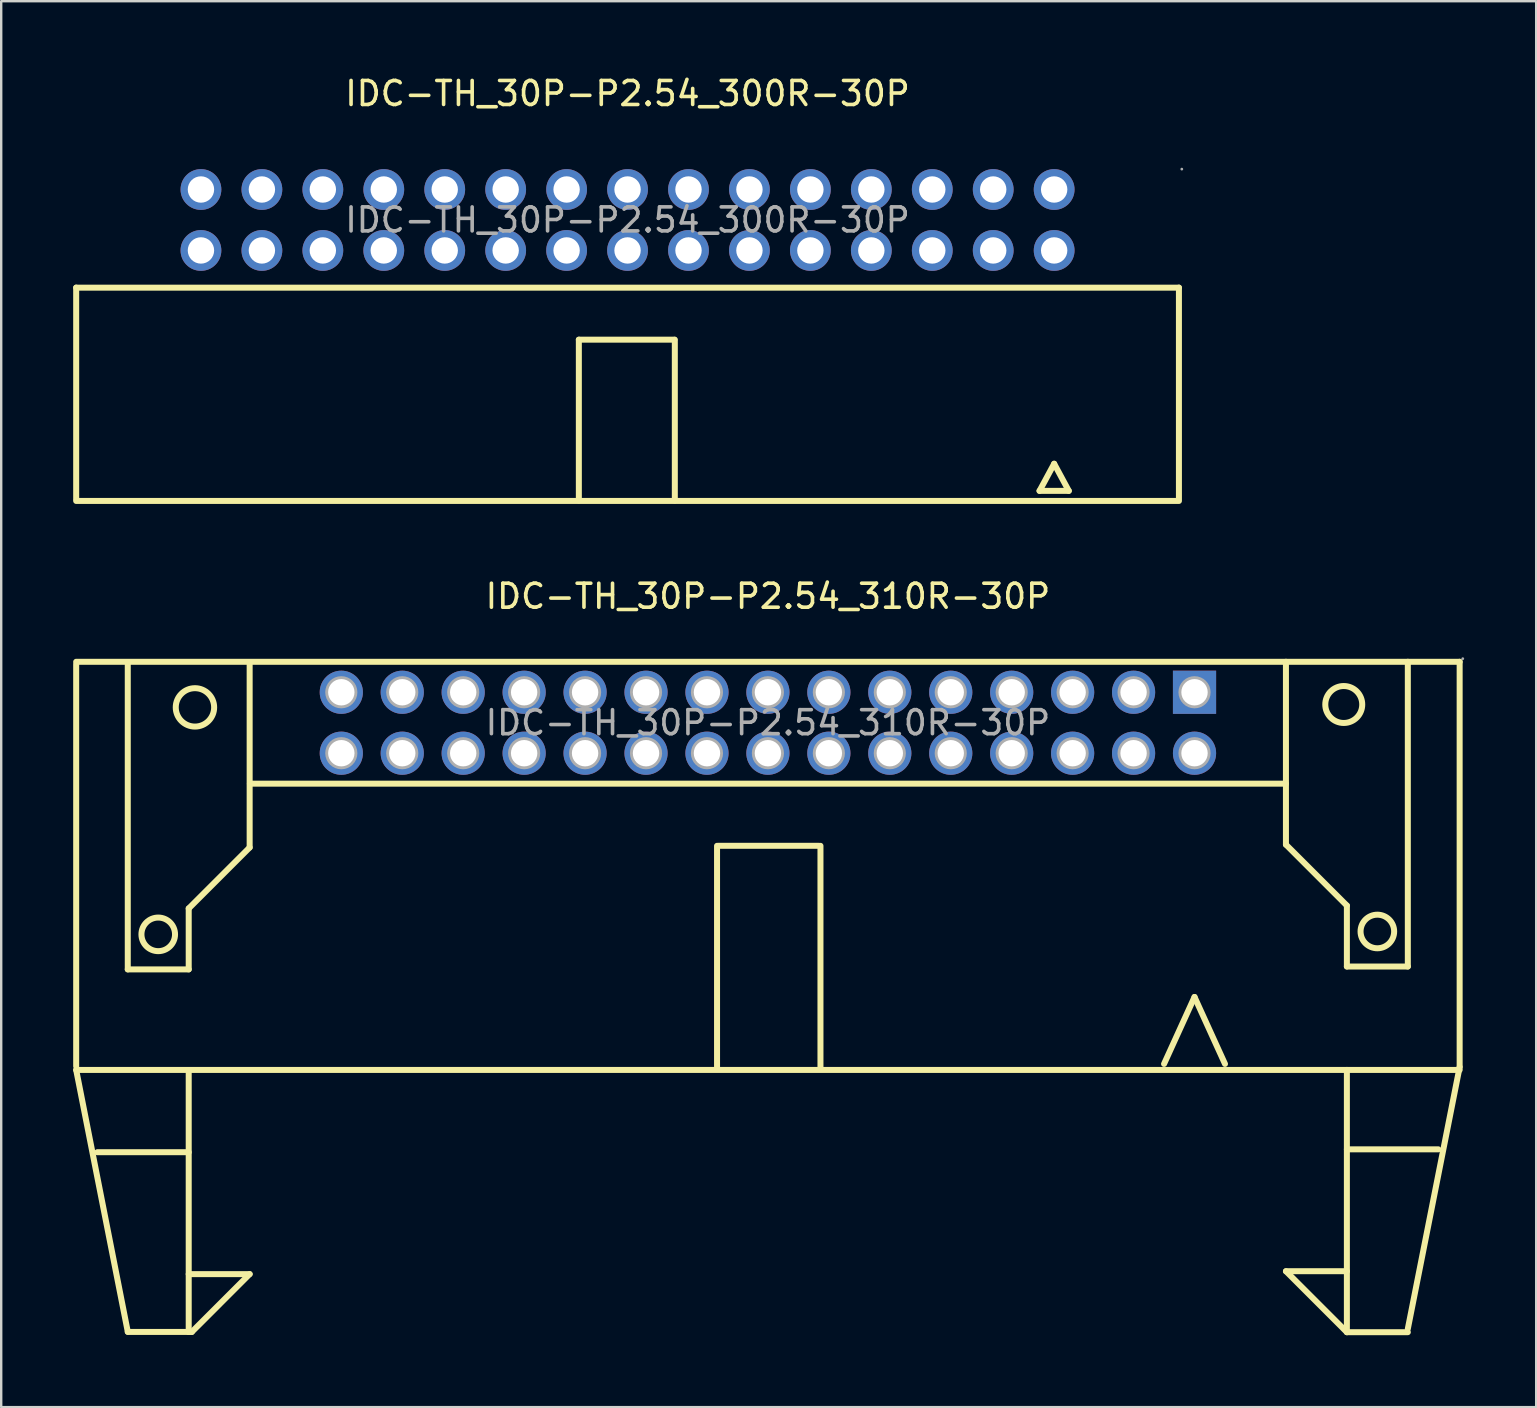
<source format=kicad_pcb>
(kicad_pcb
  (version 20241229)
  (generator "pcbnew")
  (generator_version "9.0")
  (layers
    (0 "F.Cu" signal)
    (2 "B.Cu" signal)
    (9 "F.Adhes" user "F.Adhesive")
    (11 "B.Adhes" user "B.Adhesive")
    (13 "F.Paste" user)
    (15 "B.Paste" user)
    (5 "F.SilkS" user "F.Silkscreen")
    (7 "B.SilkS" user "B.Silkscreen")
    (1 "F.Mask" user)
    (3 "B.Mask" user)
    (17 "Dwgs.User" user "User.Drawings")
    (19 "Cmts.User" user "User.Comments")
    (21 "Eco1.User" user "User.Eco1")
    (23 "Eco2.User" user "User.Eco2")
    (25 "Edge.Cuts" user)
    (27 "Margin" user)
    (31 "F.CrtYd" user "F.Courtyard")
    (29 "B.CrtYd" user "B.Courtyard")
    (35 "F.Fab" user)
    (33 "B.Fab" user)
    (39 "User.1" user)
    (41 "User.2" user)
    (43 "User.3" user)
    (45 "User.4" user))
  (footprint "IDC-TH_30P-P2.54_310R-30P"
    (layer "F.Cu")
    (at 28.955 27.072)
    (property "Reference" "IDC-TH_30P-P2.54_310R-30P" (at 0 -5.27 0) (layer "F.SilkS") (effects (font (size 1 1) (thickness 0.15))))
    (attr through_hole)
    (fp_line (start -28.83 14.32) (end -28.83 -2.44) (stroke (width 0.25) (type solid)) (layer "F.SilkS"))
    (fp_line (start -28.83 14.47) (end -26.68 25.38) (stroke (width 0.25) (type solid)) (layer "F.SilkS"))
    (fp_line (start -28.83 14.47) (end 28.83 14.47) (stroke (width 0.25) (type solid)) (layer "F.SilkS"))
    (fp_line (start -26.68 -2.42) (end -26.68 10.28) (stroke (width 0.25) (type solid)) (layer "F.SilkS"))
    (fp_line (start -26.68 10.28) (end -24.14 10.28) (stroke (width 0.25) (type solid)) (layer "F.SilkS"))
    (fp_line (start -26.68 25.39) (end -24.14 25.39) (stroke (width 0.25) (type solid)) (layer "F.SilkS"))
    (fp_line (start -24.14 7.74) (end -21.6 5.2) (stroke (width 0.25) (type solid)) (layer "F.SilkS"))
    (fp_line (start -24.14 10.28) (end -24.14 7.74) (stroke (width 0.25) (type solid)) (layer "F.SilkS"))
    (fp_line (start -24.14 17.9) (end -27.95 17.9) (stroke (width 0.25) (type solid)) (layer "F.SilkS"))
    (fp_line (start -24.14 25.39) (end -24.14 14.6) (stroke (width 0.25) (type solid)) (layer "F.SilkS"))
    (fp_line (start -24.14 25.39) (end -24.01 25.39) (stroke (width 0.25) (type solid)) (layer "F.SilkS"))
    (fp_line (start -24.01 25.39) (end -21.6 22.98) (stroke (width 0.25) (type solid)) (layer "F.SilkS"))
    (fp_line (start -21.6 5.2) (end -21.6 -2.42) (stroke (width 0.25) (type solid)) (layer "F.SilkS"))
    (fp_line (start -21.6 22.98) (end -24.14 22.98) (stroke (width 0.25) (type solid)) (layer "F.SilkS"))
    (fp_line (start -2.12 5.13) (end -2.12 14.4) (stroke (width 0.25) (type solid)) (layer "F.SilkS"))
    (fp_line (start 2.13 5.13) (end -2.07 5.13) (stroke (width 0.25) (type solid)) (layer "F.SilkS"))
    (fp_line (start 2.19 5.13) (end 2.19 14.4) (stroke (width 0.25) (type solid)) (layer "F.SilkS"))
    (fp_line (start 16.51 14.22) (end 17.78 11.43) (stroke (width 0.25) (type solid)) (layer "F.SilkS"))
    (fp_line (start 19.05 14.22) (end 17.78 11.43) (stroke (width 0.25) (type solid)) (layer "F.SilkS"))
    (fp_line (start 21.59 2.54) (end -21.59 2.54) (stroke (width 0.25) (type solid)) (layer "F.SilkS"))
    (fp_line (start 21.59 5.08) (end 21.59 -2.54) (stroke (width 0.25) (type solid)) (layer "F.SilkS"))
    (fp_line (start 21.59 22.86) (end 24.13 22.86) (stroke (width 0.25) (type solid)) (layer "F.SilkS"))
    (fp_line (start 24.13 7.62) (end 21.59 5.08) (stroke (width 0.25) (type solid)) (layer "F.SilkS"))
    (fp_line (start 24.13 10.16) (end 24.13 7.62) (stroke (width 0.25) (type solid)) (layer "F.SilkS"))
    (fp_line (start 24.13 25.4) (end 21.59 22.86) (stroke (width 0.25) (type solid)) (layer "F.SilkS"))
    (fp_line (start 24.13 25.4) (end 24.13 14.47) (stroke (width 0.25) (type solid)) (layer "F.SilkS"))
    (fp_line (start 26.67 -2.54) (end 26.67 10.16) (stroke (width 0.25) (type solid)) (layer "F.SilkS"))
    (fp_line (start 26.67 10.16) (end 24.13 10.16) (stroke (width 0.25) (type solid)) (layer "F.SilkS"))
    (fp_line (start 26.67 25.4) (end 24.13 25.4) (stroke (width 0.25) (type solid)) (layer "F.SilkS"))
    (fp_line (start 27.94 17.78) (end 24.13 17.78) (stroke (width 0.25) (type solid)) (layer "F.SilkS"))
    (fp_line (start 28.83 -2.54) (end -28.83 -2.54) (stroke (width 0.25) (type solid)) (layer "F.SilkS"))
    (fp_line (start 28.83 14.35) (end 26.67 25.26) (stroke (width 0.25) (type solid)) (layer "F.SilkS"))
    (fp_line (start 28.83 14.35) (end 28.83 -2.54) (stroke (width 0.25) (type solid)) (layer "F.SilkS"))
    (fp_circle (center -25.41 8.82) (end -24.71 8.82) (stroke (width 0.25) (type solid)) (fill no) (layer "F.SilkS"))
    (fp_circle (center -23.88 -0.64) (end -23.08 -0.64) (stroke (width 0.25) (type solid)) (fill no) (layer "F.SilkS"))
    (fp_circle (center 24 -0.76) (end 24.77 -0.76) (stroke (width 0.25) (type solid)) (fill no) (layer "F.SilkS"))
    (fp_circle (center 25.4 8.7) (end 26.1 8.7) (stroke (width 0.25) (type solid)) (fill no) (layer "F.SilkS"))
    (fp_circle (center -17.78 -1.27) (end -17.56 -1.27) (stroke (width 0.45) (type solid)) (fill no) (layer "F.Fab"))
    (fp_circle (center -17.78 1.27) (end -17.56 1.27) (stroke (width 0.45) (type solid)) (fill no) (layer "F.Fab"))
    (fp_circle (center -15.24 -1.27) (end -15.02 -1.27) (stroke (width 0.45) (type solid)) (fill no) (layer "F.Fab"))
    (fp_circle (center -15.24 1.27) (end -15.02 1.27) (stroke (width 0.45) (type solid)) (fill no) (layer "F.Fab"))
    (fp_circle (center -12.7 -1.27) (end -12.48 -1.27) (stroke (width 0.45) (type solid)) (fill no) (layer "F.Fab"))
    (fp_circle (center -12.7 1.27) (end -12.48 1.27) (stroke (width 0.45) (type solid)) (fill no) (layer "F.Fab"))
    (fp_circle (center -10.16 -1.27) (end -9.94 -1.27) (stroke (width 0.45) (type solid)) (fill no) (layer "F.Fab"))
    (fp_circle (center -10.16 1.27) (end -9.94 1.27) (stroke (width 0.45) (type solid)) (fill no) (layer "F.Fab"))
    (fp_circle (center -7.62 -1.27) (end -7.4 -1.27) (stroke (width 0.45) (type solid)) (fill no) (layer "F.Fab"))
    (fp_circle (center -7.62 1.27) (end -7.4 1.27) (stroke (width 0.45) (type solid)) (fill no) (layer "F.Fab"))
    (fp_circle (center -5.08 -1.27) (end -4.86 -1.27) (stroke (width 0.45) (type solid)) (fill no) (layer "F.Fab"))
    (fp_circle (center -5.08 1.27) (end -4.86 1.27) (stroke (width 0.45) (type solid)) (fill no) (layer "F.Fab"))
    (fp_circle (center -2.54 -1.27) (end -2.32 -1.27) (stroke (width 0.45) (type solid)) (fill no) (layer "F.Fab"))
    (fp_circle (center -2.54 1.27) (end -2.32 1.27) (stroke (width 0.45) (type solid)) (fill no) (layer "F.Fab"))
    (fp_circle (center 0 -1.27) (end 0.22 -1.27) (stroke (width 0.45) (type solid)) (fill no) (layer "F.Fab"))
    (fp_circle (center 0 1.27) (end 0.22 1.27) (stroke (width 0.45) (type solid)) (fill no) (layer "F.Fab"))
    (fp_circle (center 2.54 -1.27) (end 2.76 -1.27) (stroke (width 0.45) (type solid)) (fill no) (layer "F.Fab"))
    (fp_circle (center 2.54 1.27) (end 2.76 1.27) (stroke (width 0.45) (type solid)) (fill no) (layer "F.Fab"))
    (fp_circle (center 5.08 -1.27) (end 5.3 -1.27) (stroke (width 0.45) (type solid)) (fill no) (layer "F.Fab"))
    (fp_circle (center 5.08 1.27) (end 5.3 1.27) (stroke (width 0.45) (type solid)) (fill no) (layer "F.Fab"))
    (fp_circle (center 7.62 -1.27) (end 7.84 -1.27) (stroke (width 0.45) (type solid)) (fill no) (layer "F.Fab"))
    (fp_circle (center 7.62 1.27) (end 7.84 1.27) (stroke (width 0.45) (type solid)) (fill no) (layer "F.Fab"))
    (fp_circle (center 10.16 -1.27) (end 10.38 -1.27) (stroke (width 0.45) (type solid)) (fill no) (layer "F.Fab"))
    (fp_circle (center 10.16 1.27) (end 10.38 1.27) (stroke (width 0.45) (type solid)) (fill no) (layer "F.Fab"))
    (fp_circle (center 12.7 -1.27) (end 12.92 -1.27) (stroke (width 0.45) (type solid)) (fill no) (layer "F.Fab"))
    (fp_circle (center 12.7 1.27) (end 12.92 1.27) (stroke (width 0.45) (type solid)) (fill no) (layer "F.Fab"))
    (fp_circle (center 15.24 -1.27) (end 15.46 -1.27) (stroke (width 0.45) (type solid)) (fill no) (layer "F.Fab"))
    (fp_circle (center 15.24 1.27) (end 15.46 1.27) (stroke (width 0.45) (type solid)) (fill no) (layer "F.Fab"))
    (fp_circle (center 17.78 -1.27) (end 18 -1.27) (stroke (width 0.45) (type solid)) (fill no) (layer "F.Fab"))
    (fp_circle (center 17.78 1.27) (end 18 1.27) (stroke (width 0.45) (type solid)) (fill no) (layer "F.Fab"))
    (fp_circle (center 28.96 -2.67) (end 28.99 -2.67) (stroke (width 0.06) (type solid)) (fill no) (layer "F.Fab"))
    (fp_text user "${REFERENCE}" (at 0 0 0) (layer "F.Fab") (effects (font (size 1 1) (thickness 0.15))))
    (pad "1" thru_hole rect (at 17.78 -1.27 180) (size 1.8 1.8) (drill 1.1) (layers "*.Cu" "*.Paste" "*.Mask"))
    (pad "2" thru_hole circle (at 17.78 1.27 180) (size 1.8 1.8) (drill 1.1) (layers "*.Cu" "*.Paste" "*.Mask"))
    (pad "3" thru_hole circle (at 15.24 -1.27 180) (size 1.8 1.8) (drill 1.1) (layers "*.Cu" "*.Paste" "*.Mask"))
    (pad "4" thru_hole circle (at 15.24 1.27 180) (size 1.8 1.8) (drill 1.1) (layers "*.Cu" "*.Paste" "*.Mask"))
    (pad "5" thru_hole circle (at 12.7 -1.27 180) (size 1.8 1.8) (drill 1.1) (layers "*.Cu" "*.Paste" "*.Mask"))
    (pad "6" thru_hole circle (at 12.7 1.27 180) (size 1.8 1.8) (drill 1.1) (layers "*.Cu" "*.Paste" "*.Mask"))
    (pad "7" thru_hole circle (at 10.16 -1.27 180) (size 1.8 1.8) (drill 1.1) (layers "*.Cu" "*.Paste" "*.Mask"))
    (pad "8" thru_hole circle (at 10.16 1.27 180) (size 1.8 1.8) (drill 1.1) (layers "*.Cu" "*.Paste" "*.Mask"))
    (pad "9" thru_hole circle (at 7.62 -1.27 180) (size 1.8 1.8) (drill 1.1) (layers "*.Cu" "*.Paste" "*.Mask"))
    (pad "10" thru_hole circle (at 7.62 1.27 180) (size 1.8 1.8) (drill 1.1) (layers "*.Cu" "*.Paste" "*.Mask"))
    (pad "11" thru_hole circle (at 5.08 -1.27 180) (size 1.8 1.8) (drill 1.1) (layers "*.Cu" "*.Paste" "*.Mask"))
    (pad "12" thru_hole circle (at 5.08 1.27 180) (size 1.8 1.8) (drill 1.1) (layers "*.Cu" "*.Paste" "*.Mask"))
    (pad "13" thru_hole circle (at 2.54 -1.27 180) (size 1.8 1.8) (drill 1.1) (layers "*.Cu" "*.Paste" "*.Mask"))
    (pad "14" thru_hole circle (at 2.54 1.27 180) (size 1.8 1.8) (drill 1.1) (layers "*.Cu" "*.Paste" "*.Mask"))
    (pad "15" thru_hole circle (at 0 -1.27 180) (size 1.8 1.8) (drill 1.1) (layers "*.Cu" "*.Paste" "*.Mask"))
    (pad "16" thru_hole circle (at 0 1.27 180) (size 1.8 1.8) (drill 1.1) (layers "*.Cu" "*.Paste" "*.Mask"))
    (pad "17" thru_hole circle (at -2.54 -1.27 180) (size 1.8 1.8) (drill 1.1) (layers "*.Cu" "*.Paste" "*.Mask"))
    (pad "18" thru_hole circle (at -2.54 1.27 180) (size 1.8 1.8) (drill 1.1) (layers "*.Cu" "*.Paste" "*.Mask"))
    (pad "19" thru_hole circle (at -5.08 -1.27 180) (size 1.8 1.8) (drill 1.1) (layers "*.Cu" "*.Paste" "*.Mask"))
    (pad "20" thru_hole circle (at -5.08 1.27 180) (size 1.8 1.8) (drill 1.1) (layers "*.Cu" "*.Paste" "*.Mask"))
    (pad "21" thru_hole circle (at -7.62 -1.27 180) (size 1.8 1.8) (drill 1.1) (layers "*.Cu" "*.Paste" "*.Mask"))
    (pad "22" thru_hole circle (at -7.62 1.27 180) (size 1.8 1.8) (drill 1.1) (layers "*.Cu" "*.Paste" "*.Mask"))
    (pad "23" thru_hole circle (at -10.16 -1.27 180) (size 1.8 1.8) (drill 1.1) (layers "*.Cu" "*.Paste" "*.Mask"))
    (pad "24" thru_hole circle (at -10.16 1.27 180) (size 1.8 1.8) (drill 1.1) (layers "*.Cu" "*.Paste" "*.Mask"))
    (pad "25" thru_hole circle (at -12.7 -1.27 180) (size 1.8 1.8) (drill 1.1) (layers "*.Cu" "*.Paste" "*.Mask"))
    (pad "26" thru_hole circle (at -12.7 1.27 180) (size 1.8 1.8) (drill 1.1) (layers "*.Cu" "*.Paste" "*.Mask"))
    (pad "27" thru_hole circle (at -15.24 -1.27 180) (size 1.8 1.8) (drill 1.1) (layers "*.Cu" "*.Paste" "*.Mask"))
    (pad "28" thru_hole circle (at -15.24 1.27 180) (size 1.8 1.8) (drill 1.1) (layers "*.Cu" "*.Paste" "*.Mask"))
    (pad "29" thru_hole circle (at -17.78 -1.27 180) (size 1.8 1.8) (drill 1.1) (layers "*.Cu" "*.Paste" "*.Mask"))
    (pad "30" thru_hole circle (at -17.78 1.27 180) (size 1.8 1.8) (drill 1.1) (layers "*.Cu" "*.Paste" "*.Mask")))
  (footprint "IDC-TH_30P-P2.54_300R-30P"
    (layer "F.Cu")
    (at 23.105 6.118)
    (property "Reference" "IDC-TH_30P-P2.54_300R-30P" (at 0 -5.27 0) (layer "F.SilkS") (effects (font (size 1 1) (thickness 0.15))))
    (attr through_hole)
    (fp_line (start -22.98 2.82) (end -22.98 11.63) (stroke (width 0.25) (type solid)) (layer "F.SilkS"))
    (fp_line (start -22.98 2.82) (end 22.98 2.82) (stroke (width 0.25) (type solid)) (layer "F.SilkS"))
    (fp_line (start -22.98 11.71) (end 22.98 11.71) (stroke (width 0.25) (type solid)) (layer "F.SilkS"))
    (fp_line (start -2.03 11.69) (end -2.03 4.99) (stroke (width 0.25) (type solid)) (layer "F.SilkS"))
    (fp_line (start 1.95 4.99) (end -2.03 4.99) (stroke (width 0.25) (type solid)) (layer "F.SilkS"))
    (fp_line (start 1.97 11.69) (end 1.97 4.99) (stroke (width 0.25) (type solid)) (layer "F.SilkS"))
    (fp_line (start 17.17 11.29) (end 18.39 11.29) (stroke (width 0.25) (type solid)) (layer "F.SilkS"))
    (fp_line (start 17.78 10.16) (end 17.17 11.29) (stroke (width 0.25) (type solid)) (layer "F.SilkS"))
    (fp_line (start 18.39 11.29) (end 17.78 10.16) (stroke (width 0.25) (type solid)) (layer "F.SilkS"))
    (fp_line (start 22.98 2.82) (end 22.98 11.63) (stroke (width 0.25) (type solid)) (layer "F.SilkS"))
    (fp_circle (center -17.78 -1.27) (end -17.55 -1.27) (stroke (width 0.45) (type solid)) (fill no) (layer "F.Fab"))
    (fp_circle (center -17.78 1.27) (end -17.55 1.27) (stroke (width 0.45) (type solid)) (fill no) (layer "F.Fab"))
    (fp_circle (center -15.24 -1.27) (end -15.01 -1.27) (stroke (width 0.45) (type solid)) (fill no) (layer "F.Fab"))
    (fp_circle (center -15.24 1.27) (end -15.01 1.27) (stroke (width 0.45) (type solid)) (fill no) (layer "F.Fab"))
    (fp_circle (center -12.7 -1.27) (end -12.47 -1.27) (stroke (width 0.45) (type solid)) (fill no) (layer "F.Fab"))
    (fp_circle (center -12.7 1.27) (end -12.47 1.27) (stroke (width 0.45) (type solid)) (fill no) (layer "F.Fab"))
    (fp_circle (center -10.16 -1.27) (end -9.93 -1.27) (stroke (width 0.45) (type solid)) (fill no) (layer "F.Fab"))
    (fp_circle (center -10.16 1.27) (end -9.93 1.27) (stroke (width 0.45) (type solid)) (fill no) (layer "F.Fab"))
    (fp_circle (center -7.62 -1.27) (end -7.39 -1.27) (stroke (width 0.45) (type solid)) (fill no) (layer "F.Fab"))
    (fp_circle (center -7.62 1.27) (end -7.39 1.27) (stroke (width 0.45) (type solid)) (fill no) (layer "F.Fab"))
    (fp_circle (center -5.08 -1.27) (end -4.85 -1.27) (stroke (width 0.45) (type solid)) (fill no) (layer "F.Fab"))
    (fp_circle (center -5.08 1.27) (end -4.85 1.27) (stroke (width 0.45) (type solid)) (fill no) (layer "F.Fab"))
    (fp_circle (center -2.54 -1.27) (end -2.31 -1.27) (stroke (width 0.45) (type solid)) (fill no) (layer "F.Fab"))
    (fp_circle (center -2.54 1.27) (end -2.31 1.27) (stroke (width 0.45) (type solid)) (fill no) (layer "F.Fab"))
    (fp_circle (center 0 -1.27) (end 0.23 -1.27) (stroke (width 0.45) (type solid)) (fill no) (layer "F.Fab"))
    (fp_circle (center 0 1.27) (end 0.23 1.27) (stroke (width 0.45) (type solid)) (fill no) (layer "F.Fab"))
    (fp_circle (center 2.54 -1.27) (end 2.77 -1.27) (stroke (width 0.45) (type solid)) (fill no) (layer "F.Fab"))
    (fp_circle (center 2.54 1.27) (end 2.77 1.27) (stroke (width 0.45) (type solid)) (fill no) (layer "F.Fab"))
    (fp_circle (center 5.08 -1.27) (end 5.31 -1.27) (stroke (width 0.45) (type solid)) (fill no) (layer "F.Fab"))
    (fp_circle (center 5.08 1.27) (end 5.31 1.27) (stroke (width 0.45) (type solid)) (fill no) (layer "F.Fab"))
    (fp_circle (center 7.62 -1.27) (end 7.85 -1.27) (stroke (width 0.45) (type solid)) (fill no) (layer "F.Fab"))
    (fp_circle (center 7.62 1.27) (end 7.85 1.27) (stroke (width 0.45) (type solid)) (fill no) (layer "F.Fab"))
    (fp_circle (center 10.16 -1.27) (end 10.39 -1.27) (stroke (width 0.45) (type solid)) (fill no) (layer "F.Fab"))
    (fp_circle (center 10.16 1.27) (end 10.39 1.27) (stroke (width 0.45) (type solid)) (fill no) (layer "F.Fab"))
    (fp_circle (center 12.7 -1.27) (end 12.93 -1.27) (stroke (width 0.45) (type solid)) (fill no) (layer "F.Fab"))
    (fp_circle (center 12.7 1.27) (end 12.93 1.27) (stroke (width 0.45) (type solid)) (fill no) (layer "F.Fab"))
    (fp_circle (center 15.24 -1.27) (end 15.47 -1.27) (stroke (width 0.45) (type solid)) (fill no) (layer "F.Fab"))
    (fp_circle (center 15.24 1.27) (end 15.47 1.27) (stroke (width 0.45) (type solid)) (fill no) (layer "F.Fab"))
    (fp_circle (center 17.78 -1.27) (end 18.01 -1.27) (stroke (width 0.45) (type solid)) (fill no) (layer "F.Fab"))
    (fp_circle (center 17.78 1.27) (end 18.01 1.27) (stroke (width 0.45) (type solid)) (fill no) (layer "F.Fab"))
    (fp_circle (center 23.1 -2.12) (end 23.13 -2.12) (stroke (width 0.06) (type solid)) (fill no) (layer "F.Fab"))
    (fp_text user "${REFERENCE}" (at 0 0 0) (layer "F.Fab") (effects (font (size 1 1) (thickness 0.15))))
    (pad "1" thru_hole circle (at 17.78 -1.27 180) (size 1.7 1.7) (drill 1.1) (layers "*.Cu" "*.Paste" "*.Mask"))
    (pad "2" thru_hole circle (at 17.78 1.27 180) (size 1.7 1.7) (drill 1.1) (layers "*.Cu" "*.Paste" "*.Mask"))
    (pad "3" thru_hole circle (at 15.24 -1.27 180) (size 1.7 1.7) (drill 1.1) (layers "*.Cu" "*.Paste" "*.Mask"))
    (pad "4" thru_hole circle (at 15.24 1.27 180) (size 1.7 1.7) (drill 1.1) (layers "*.Cu" "*.Paste" "*.Mask"))
    (pad "5" thru_hole circle (at 12.7 -1.27 180) (size 1.7 1.7) (drill 1.1) (layers "*.Cu" "*.Paste" "*.Mask"))
    (pad "6" thru_hole circle (at 12.7 1.27 180) (size 1.7 1.7) (drill 1.1) (layers "*.Cu" "*.Paste" "*.Mask"))
    (pad "7" thru_hole circle (at 10.16 -1.27 180) (size 1.7 1.7) (drill 1.1) (layers "*.Cu" "*.Paste" "*.Mask"))
    (pad "8" thru_hole circle (at 10.16 1.27 180) (size 1.7 1.7) (drill 1.1) (layers "*.Cu" "*.Paste" "*.Mask"))
    (pad "9" thru_hole circle (at 7.62 -1.27 180) (size 1.7 1.7) (drill 1.1) (layers "*.Cu" "*.Paste" "*.Mask"))
    (pad "10" thru_hole circle (at 7.62 1.27 180) (size 1.7 1.7) (drill 1.1) (layers "*.Cu" "*.Paste" "*.Mask"))
    (pad "11" thru_hole circle (at 5.08 -1.27 180) (size 1.7 1.7) (drill 1.1) (layers "*.Cu" "*.Paste" "*.Mask"))
    (pad "12" thru_hole circle (at 5.08 1.27 180) (size 1.7 1.7) (drill 1.1) (layers "*.Cu" "*.Paste" "*.Mask"))
    (pad "13" thru_hole circle (at 2.54 -1.27 180) (size 1.7 1.7) (drill 1.1) (layers "*.Cu" "*.Paste" "*.Mask"))
    (pad "14" thru_hole circle (at 2.54 1.27 180) (size 1.7 1.7) (drill 1.1) (layers "*.Cu" "*.Paste" "*.Mask"))
    (pad "15" thru_hole circle (at 0 -1.27 180) (size 1.7 1.7) (drill 1.1) (layers "*.Cu" "*.Paste" "*.Mask"))
    (pad "16" thru_hole circle (at 0 1.27 180) (size 1.7 1.7) (drill 1.1) (layers "*.Cu" "*.Paste" "*.Mask"))
    (pad "17" thru_hole circle (at -2.54 -1.27 180) (size 1.7 1.7) (drill 1.1) (layers "*.Cu" "*.Paste" "*.Mask"))
    (pad "18" thru_hole circle (at -2.54 1.27 180) (size 1.7 1.7) (drill 1.1) (layers "*.Cu" "*.Paste" "*.Mask"))
    (pad "19" thru_hole circle (at -5.08 -1.27 180) (size 1.7 1.7) (drill 1.1) (layers "*.Cu" "*.Paste" "*.Mask"))
    (pad "20" thru_hole circle (at -5.08 1.27 180) (size 1.7 1.7) (drill 1.1) (layers "*.Cu" "*.Paste" "*.Mask"))
    (pad "21" thru_hole circle (at -7.62 -1.27 180) (size 1.7 1.7) (drill 1.1) (layers "*.Cu" "*.Paste" "*.Mask"))
    (pad "22" thru_hole circle (at -7.62 1.27 180) (size 1.7 1.7) (drill 1.1) (layers "*.Cu" "*.Paste" "*.Mask"))
    (pad "23" thru_hole circle (at -10.16 -1.27 180) (size 1.7 1.7) (drill 1.1) (layers "*.Cu" "*.Paste" "*.Mask"))
    (pad "24" thru_hole circle (at -10.16 1.27 180) (size 1.7 1.7) (drill 1.1) (layers "*.Cu" "*.Paste" "*.Mask"))
    (pad "25" thru_hole circle (at -12.7 -1.27 180) (size 1.7 1.7) (drill 1.1) (layers "*.Cu" "*.Paste" "*.Mask"))
    (pad "26" thru_hole circle (at -12.7 1.27 180) (size 1.7 1.7) (drill 1.1) (layers "*.Cu" "*.Paste" "*.Mask"))
    (pad "27" thru_hole circle (at -15.24 -1.27 180) (size 1.7 1.7) (drill 1.1) (layers "*.Cu" "*.Paste" "*.Mask"))
    (pad "28" thru_hole circle (at -15.24 1.27 180) (size 1.7 1.7) (drill 1.1) (layers "*.Cu" "*.Paste" "*.Mask"))
    (pad "29" thru_hole circle (at -17.78 -1.27 180) (size 1.7 1.7) (drill 1.1) (layers "*.Cu" "*.Paste" "*.Mask"))
    (pad "30" thru_hole circle (at -17.78 1.27 180) (size 1.7 1.7) (drill 1.1) (layers "*.Cu" "*.Paste" "*.Mask")))
  (gr_rect
    (start -3 -3)
    (end 60.975 55.596)
    (stroke (width 0.1) (type default))
    (fill no)
    (layer "Edge.Cuts")))
</source>
